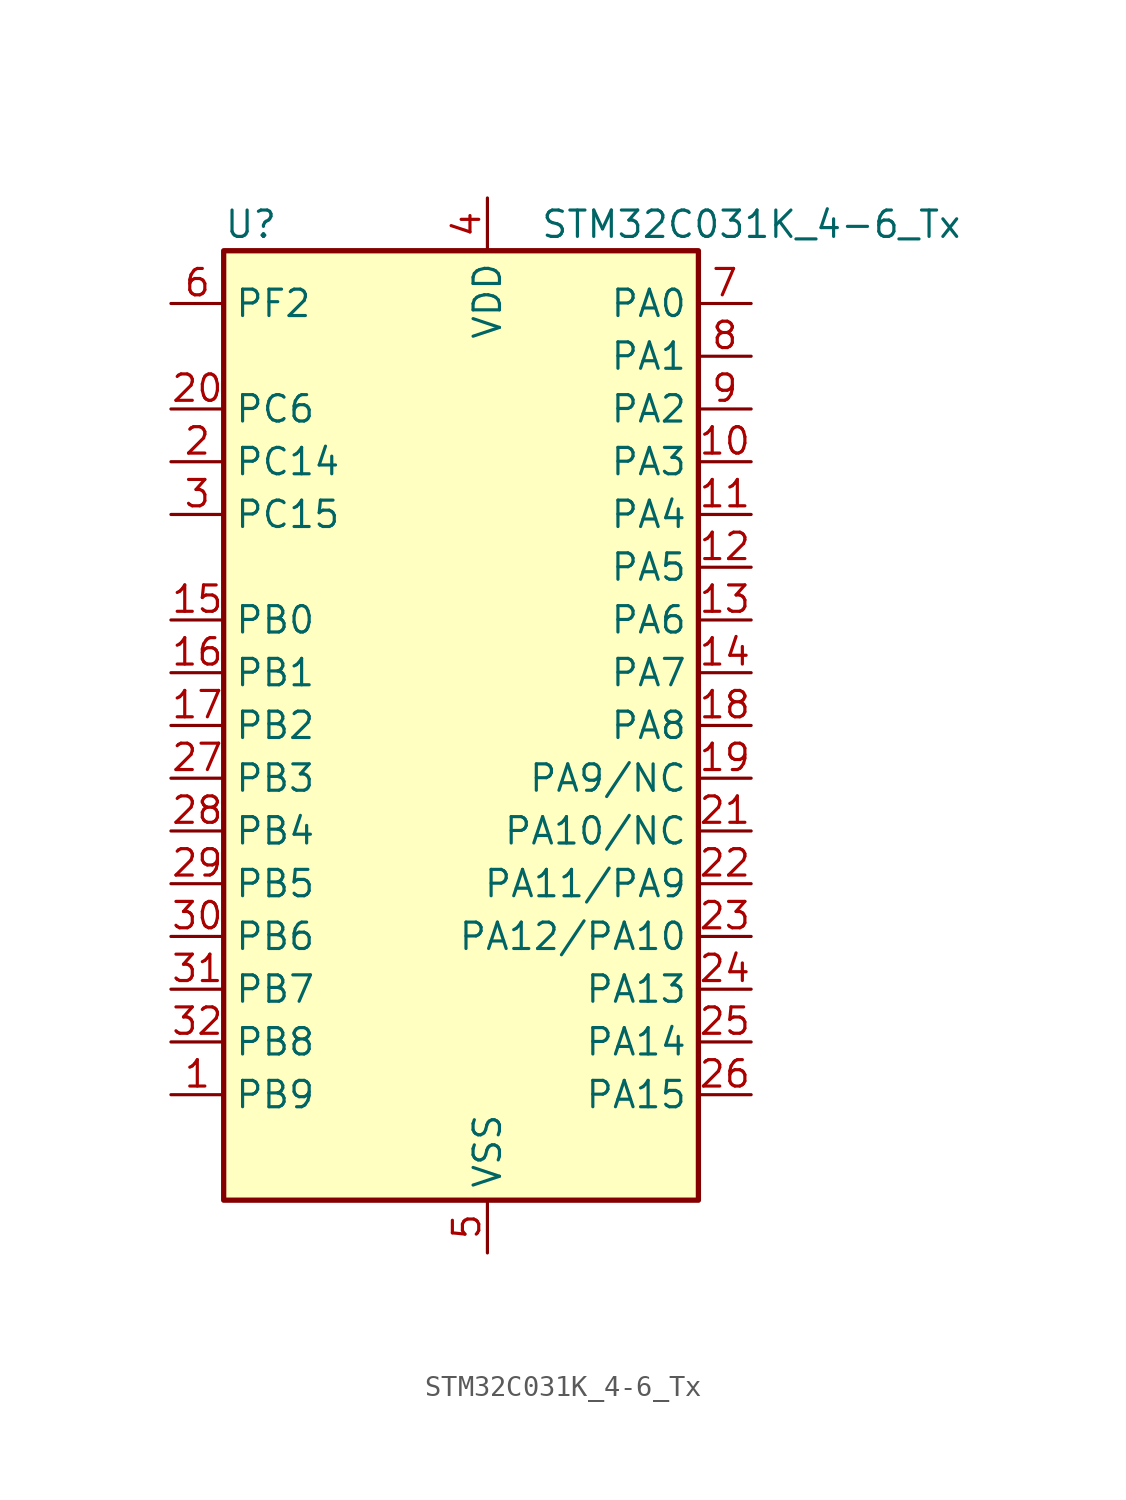
<source format=kicad_sym>
(kicad_symbol_lib
  (version 20231120)
  (generator "kicad_symbol_editor")
  (generator_version "8.0")
  (symbol "STM32C031K_4-6_Tx"
    (property "Reference" "U"
      (at -10.16 24.13 0)
      (effects (font (size 1.27 1.27)) (justify left)))
    (property "Value" "STM32C031K_4-6_Tx"
      (at 5.08 24.13 0)
      (effects (font (size 1.27 1.27)) (justify left)))
    (property "ki_locked" ""
      (at 0 0 0)
      (effects (font (size 1.27 1.27))))
    (symbol "STM32C031K_4-6_Tx_0_1"
      (rectangle (start -10.16 -22.86) (end 12.7 22.86) (stroke (width 0.254) (type default)) (fill (type background))))
    (symbol "STM32C031K_4-6_Tx_1_1"
      (pin bidirectional line (at -12.7 -17.78 0) (length 2.54) (name "PB9" (effects (font (size 1.27 1.27)))) (number "1" (effects (font (size 1.27 1.27)))) (alternate "I2C1_SDA" bidirectional line) (alternate "IR_OUT" bidirectional line) (alternate "TIM17_CH1" bidirectional line) (alternate "TIM3_CH2" bidirectional line) (alternate "USART2_CK" bidirectional line) (alternate "USART2_DE" bidirectional line) (alternate "USART2_RTS" bidirectional line))
      (pin bidirectional line (at 15.24 12.7 180) (length 2.54) (name "PA3" (effects (font (size 1.27 1.27)))) (number "10" (effects (font (size 1.27 1.27)))) (alternate "ADC1_IN3" bidirectional line) (alternate "TIM1_CH1N" bidirectional line) (alternate "TIM1_CH4" bidirectional line) (alternate "USART2_RX" bidirectional line))
      (pin bidirectional line (at 15.24 10.16 180) (length 2.54) (name "PA4" (effects (font (size 1.27 1.27)))) (number "11" (effects (font (size 1.27 1.27)))) (alternate "ADC1_IN4" bidirectional line) (alternate "I2S1_WS" bidirectional line) (alternate "PWR_WKUP2" bidirectional line) (alternate "RTC_OUT1" bidirectional line) (alternate "RTC_TS" bidirectional line) (alternate "SPI1_NSS" bidirectional line) (alternate "TIM14_CH1" bidirectional line) (alternate "TIM17_CH1N" bidirectional line) (alternate "TIM1_CH2N" bidirectional line) (alternate "USART2_TX" bidirectional line))
      (pin bidirectional line (at 15.24 7.62 180) (length 2.54) (name "PA5" (effects (font (size 1.27 1.27)))) (number "12" (effects (font (size 1.27 1.27)))) (alternate "ADC1_IN5" bidirectional line) (alternate "I2S1_CK" bidirectional line) (alternate "SPI1_SCK" bidirectional line) (alternate "TIM1_CH1" bidirectional line) (alternate "TIM1_CH3N" bidirectional line) (alternate "USART2_RX" bidirectional line))
      (pin bidirectional line (at 15.24 5.08 180) (length 2.54) (name "PA6" (effects (font (size 1.27 1.27)))) (number "13" (effects (font (size 1.27 1.27)))) (alternate "ADC1_IN6" bidirectional line) (alternate "I2S1_MCK" bidirectional line) (alternate "SPI1_MISO" bidirectional line) (alternate "TIM16_CH1" bidirectional line) (alternate "TIM1_BKIN" bidirectional line) (alternate "TIM3_CH1" bidirectional line))
      (pin bidirectional line (at 15.24 2.54 180) (length 2.54) (name "PA7" (effects (font (size 1.27 1.27)))) (number "14" (effects (font (size 1.27 1.27)))) (alternate "ADC1_IN7" bidirectional line) (alternate "I2S1_SD" bidirectional line) (alternate "SPI1_MOSI" bidirectional line) (alternate "TIM14_CH1" bidirectional line) (alternate "TIM17_CH1" bidirectional line) (alternate "TIM1_CH1N" bidirectional line) (alternate "TIM3_CH2" bidirectional line))
      (pin bidirectional line (at -12.7 5.08 0) (length 2.54) (name "PB0" (effects (font (size 1.27 1.27)))) (number "15" (effects (font (size 1.27 1.27)))) (alternate "ADC1_IN17" bidirectional line) (alternate "I2S1_WS" bidirectional line) (alternate "SPI1_NSS" bidirectional line) (alternate "TIM1_CH2N" bidirectional line) (alternate "TIM3_CH3" bidirectional line))
      (pin bidirectional line (at -12.7 2.54 0) (length 2.54) (name "PB1" (effects (font (size 1.27 1.27)))) (number "16" (effects (font (size 1.27 1.27)))) (alternate "ADC1_IN18" bidirectional line) (alternate "TIM14_CH1" bidirectional line) (alternate "TIM1_CH2N" bidirectional line) (alternate "TIM1_CH3N" bidirectional line) (alternate "TIM3_CH4" bidirectional line))
      (pin bidirectional line (at -12.7 0 0) (length 2.54) (name "PB2" (effects (font (size 1.27 1.27)))) (number "17" (effects (font (size 1.27 1.27)))) (alternate "ADC1_IN19" bidirectional line) (alternate "RCC_MCO_2" bidirectional line) (alternate "USART1_RX" bidirectional line))
      (pin bidirectional line (at 15.24 0 180) (length 2.54) (name "PA8" (effects (font (size 1.27 1.27)))) (number "18" (effects (font (size 1.27 1.27)))) (alternate "ADC1_IN8" bidirectional line) (alternate "I2S1_WS" bidirectional line) (alternate "RCC_MCO" bidirectional line) (alternate "RCC_MCO_2" bidirectional line) (alternate "SPI1_NSS" bidirectional line) (alternate "TIM14_CH1" bidirectional line) (alternate "TIM1_CH1" bidirectional line) (alternate "TIM1_CH2N" bidirectional line) (alternate "TIM1_CH3N" bidirectional line) (alternate "TIM3_CH3" bidirectional line) (alternate "TIM3_CH4" bidirectional line) (alternate "USART1_RX" bidirectional line) (alternate "USART2_TX" bidirectional line))
      (pin bidirectional line (at 15.24 -2.54 180) (length 2.54) (name "PA9/NC" (effects (font (size 1.27 1.27)))) (number "19" (effects (font (size 1.27 1.27)))) (alternate "I2C1_SCL" bidirectional line) (alternate "RCC_MCO" bidirectional line) (alternate "TIM1_CH2" bidirectional line) (alternate "TIM3_ETR" bidirectional line) (alternate "USART1_TX" bidirectional line))
      (pin bidirectional line (at -12.7 12.7 0) (length 2.54) (name "PC14" (effects (font (size 1.27 1.27)))) (number "2" (effects (font (size 1.27 1.27)))) (alternate "I2C1_SDA" bidirectional line) (alternate "IR_OUT" bidirectional line) (alternate "RCC_OSCX_IN" bidirectional line) (alternate "TIM17_CH1" bidirectional line) (alternate "TIM1_BKIN2" bidirectional line) (alternate "TIM1_ETR" bidirectional line) (alternate "TIM3_CH2" bidirectional line) (alternate "USART1_TX" bidirectional line) (alternate "USART2_CK" bidirectional line) (alternate "USART2_DE" bidirectional line) (alternate "USART2_RTS" bidirectional line))
      (pin bidirectional line (at -12.7 15.24 0) (length 2.54) (name "PC6" (effects (font (size 1.27 1.27)))) (number "20" (effects (font (size 1.27 1.27)))) (alternate "TIM3_CH1" bidirectional line))
      (pin bidirectional line (at 15.24 -5.08 180) (length 2.54) (name "PA10/NC" (effects (font (size 1.27 1.27)))) (number "21" (effects (font (size 1.27 1.27)))) (alternate "I2C1_SDA" bidirectional line) (alternate "RCC_MCO_2" bidirectional line) (alternate "TIM17_BKIN" bidirectional line) (alternate "TIM1_CH3" bidirectional line) (alternate "USART1_RX" bidirectional line))
      (pin bidirectional line (at 15.24 -7.62 180) (length 2.54) (name "PA11/PA9" (effects (font (size 1.27 1.27)))) (number "22" (effects (font (size 1.27 1.27)))) (alternate "ADC1_EXTI11" bidirectional line) (alternate "ADC1_IN11" bidirectional line) (alternate "I2S1_MCK" bidirectional line) (alternate "SPI1_MISO" bidirectional line) (alternate "TIM1_BKIN2" bidirectional line) (alternate "TIM1_CH4" bidirectional line) (alternate "USART1_CTS" bidirectional line) (alternate "USART1_NSS" bidirectional line))
      (pin bidirectional line (at 15.24 -10.16 180) (length 2.54) (name "PA12/PA10" (effects (font (size 1.27 1.27)))) (number "23" (effects (font (size 1.27 1.27)))) (alternate "ADC1_IN12" bidirectional line) (alternate "I2S1_SD" bidirectional line) (alternate "I2S_CKIN" bidirectional line) (alternate "SPI1_MOSI" bidirectional line) (alternate "TIM1_ETR" bidirectional line) (alternate "USART1_CK" bidirectional line) (alternate "USART1_DE" bidirectional line) (alternate "USART1_RTS" bidirectional line))
      (pin bidirectional line (at 15.24 -12.7 180) (length 2.54) (name "PA13" (effects (font (size 1.27 1.27)))) (number "24" (effects (font (size 1.27 1.27)))) (alternate "ADC1_IN13" bidirectional line) (alternate "DEBUG_SWDIO" bidirectional line) (alternate "IR_OUT" bidirectional line) (alternate "TIM3_ETR" bidirectional line) (alternate "USART2_RX" bidirectional line))
      (pin bidirectional line (at 15.24 -15.24 180) (length 2.54) (name "PA14" (effects (font (size 1.27 1.27)))) (number "25" (effects (font (size 1.27 1.27)))) (alternate "ADC1_IN14" bidirectional line) (alternate "DEBUG_SWCLK" bidirectional line) (alternate "I2S1_WS" bidirectional line) (alternate "RCC_MCO_2" bidirectional line) (alternate "SPI1_NSS" bidirectional line) (alternate "TIM1_CH1" bidirectional line) (alternate "USART1_CK" bidirectional line) (alternate "USART1_DE" bidirectional line) (alternate "USART1_RTS" bidirectional line) (alternate "USART2_RX" bidirectional line) (alternate "USART2_TX" bidirectional line))
      (pin bidirectional line (at 15.24 -17.78 180) (length 2.54) (name "PA15" (effects (font (size 1.27 1.27)))) (number "26" (effects (font (size 1.27 1.27)))) (alternate "I2S1_WS" bidirectional line) (alternate "RCC_MCO_2" bidirectional line) (alternate "SPI1_NSS" bidirectional line) (alternate "TIM1_CH1" bidirectional line) (alternate "USART1_CK" bidirectional line) (alternate "USART1_DE" bidirectional line) (alternate "USART1_RTS" bidirectional line) (alternate "USART2_RX" bidirectional line))
      (pin bidirectional line (at -12.7 -2.54 0) (length 2.54) (name "PB3" (effects (font (size 1.27 1.27)))) (number "27" (effects (font (size 1.27 1.27)))) (alternate "I2S1_CK" bidirectional line) (alternate "SPI1_SCK" bidirectional line) (alternate "TIM1_CH2" bidirectional line) (alternate "TIM3_CH2" bidirectional line) (alternate "USART1_CK" bidirectional line) (alternate "USART1_DE" bidirectional line) (alternate "USART1_RTS" bidirectional line))
      (pin bidirectional line (at -12.7 -5.08 0) (length 2.54) (name "PB4" (effects (font (size 1.27 1.27)))) (number "28" (effects (font (size 1.27 1.27)))) (alternate "I2S1_MCK" bidirectional line) (alternate "SPI1_MISO" bidirectional line) (alternate "TIM17_BKIN" bidirectional line) (alternate "TIM3_CH1" bidirectional line) (alternate "USART1_CTS" bidirectional line) (alternate "USART1_NSS" bidirectional line))
      (pin bidirectional line (at -12.7 -7.62 0) (length 2.54) (name "PB5" (effects (font (size 1.27 1.27)))) (number "29" (effects (font (size 1.27 1.27)))) (alternate "I2C1_SMBA" bidirectional line) (alternate "I2S1_SD" bidirectional line) (alternate "PWR_WKUP6" bidirectional line) (alternate "SPI1_MOSI" bidirectional line) (alternate "TIM16_BKIN" bidirectional line) (alternate "TIM3_CH2" bidirectional line) (alternate "TIM3_CH3" bidirectional line))
      (pin bidirectional line (at -12.7 10.16 0) (length 2.54) (name "PC15" (effects (font (size 1.27 1.27)))) (number "3" (effects (font (size 1.27 1.27)))) (alternate "RCC_OSC32_EN" bidirectional line) (alternate "RCC_OSCX_OUT" bidirectional line) (alternate "RCC_OSC_EN" bidirectional line) (alternate "TIM1_ETR" bidirectional line) (alternate "TIM3_CH3" bidirectional line))
      (pin bidirectional line (at -12.7 -10.16 0) (length 2.54) (name "PB6" (effects (font (size 1.27 1.27)))) (number "30" (effects (font (size 1.27 1.27)))) (alternate "I2C1_SCL" bidirectional line) (alternate "I2C1_SMBA" bidirectional line) (alternate "I2S1_CK" bidirectional line) (alternate "I2S1_MCK" bidirectional line) (alternate "I2S1_SD" bidirectional line) (alternate "PWR_WKUP3" bidirectional line) (alternate "SPI1_MISO" bidirectional line) (alternate "SPI1_MOSI" bidirectional line) (alternate "SPI1_SCK" bidirectional line) (alternate "TIM16_BKIN" bidirectional line) (alternate "TIM16_CH1N" bidirectional line) (alternate "TIM17_BKIN" bidirectional line) (alternate "TIM1_CH2" bidirectional line) (alternate "TIM1_CH3" bidirectional line) (alternate "TIM3_CH1" bidirectional line) (alternate "TIM3_CH2" bidirectional line) (alternate "TIM3_CH3" bidirectional line) (alternate "USART1_CK" bidirectional line) (alternate "USART1_CTS" bidirectional line) (alternate "USART1_DE" bidirectional line) (alternate "USART1_NSS" bidirectional line) (alternate "USART1_RTS" bidirectional line) (alternate "USART1_TX" bidirectional line))
      (pin bidirectional line (at -12.7 -12.7 0) (length 2.54) (name "PB7" (effects (font (size 1.27 1.27)))) (number "31" (effects (font (size 1.27 1.27)))) (alternate "I2C1_SCL" bidirectional line) (alternate "I2C1_SDA" bidirectional line) (alternate "RTC_REFIN" bidirectional line) (alternate "TIM16_CH1" bidirectional line) (alternate "TIM17_CH1N" bidirectional line) (alternate "TIM1_CH4" bidirectional line) (alternate "TIM3_CH1" bidirectional line) (alternate "TIM3_CH4" bidirectional line) (alternate "USART1_RX" bidirectional line) (alternate "USART2_CTS" bidirectional line) (alternate "USART2_NSS" bidirectional line))
      (pin bidirectional line (at -12.7 -15.24 0) (length 2.54) (name "PB8" (effects (font (size 1.27 1.27)))) (number "32" (effects (font (size 1.27 1.27)))) (alternate "I2C1_SCL" bidirectional line) (alternate "TIM16_CH1" bidirectional line) (alternate "TIM3_CH1" bidirectional line) (alternate "USART2_CTS" bidirectional line) (alternate "USART2_NSS" bidirectional line))
      (pin power_in line (at 2.54 25.4 270) (length 2.54) (name "VDD" (effects (font (size 1.27 1.27)))) (number "4" (effects (font (size 1.27 1.27)))))
      (pin power_in line (at 2.54 -25.4 90) (length 2.54) (name "VSS" (effects (font (size 1.27 1.27)))) (number "5" (effects (font (size 1.27 1.27)))))
      (pin bidirectional line (at -12.7 20.32 0) (length 2.54) (name "PF2" (effects (font (size 1.27 1.27)))) (number "6" (effects (font (size 1.27 1.27)))) (alternate "RCC_MCO" bidirectional line) (alternate "TIM1_CH4" bidirectional line))
      (pin bidirectional line (at 15.24 20.32 180) (length 2.54) (name "PA0" (effects (font (size 1.27 1.27)))) (number "7" (effects (font (size 1.27 1.27)))) (alternate "ADC1_IN0" bidirectional line) (alternate "PWR_WKUP1" bidirectional line) (alternate "TIM16_CH1" bidirectional line) (alternate "TIM1_CH1" bidirectional line) (alternate "USART1_TX" bidirectional line) (alternate "USART2_CTS" bidirectional line) (alternate "USART2_NSS" bidirectional line))
      (pin bidirectional line (at 15.24 17.78 180) (length 2.54) (name "PA1" (effects (font (size 1.27 1.27)))) (number "8" (effects (font (size 1.27 1.27)))) (alternate "ADC1_IN1" bidirectional line) (alternate "I2C1_SMBA" bidirectional line) (alternate "I2S1_CK" bidirectional line) (alternate "SPI1_SCK" bidirectional line) (alternate "TIM17_CH1" bidirectional line) (alternate "TIM1_CH2" bidirectional line) (alternate "USART1_RX" bidirectional line) (alternate "USART2_CK" bidirectional line) (alternate "USART2_DE" bidirectional line) (alternate "USART2_RTS" bidirectional line))
      (pin bidirectional line (at 15.24 15.24 180) (length 2.54) (name "PA2" (effects (font (size 1.27 1.27)))) (number "9" (effects (font (size 1.27 1.27)))) (alternate "ADC1_IN2" bidirectional line) (alternate "I2S1_SD" bidirectional line) (alternate "PWR_WKUP4" bidirectional line) (alternate "RCC_LSCO" bidirectional line) (alternate "SPI1_MOSI" bidirectional line) (alternate "TIM16_CH1N" bidirectional line) (alternate "TIM1_CH3" bidirectional line) (alternate "TIM3_ETR" bidirectional line) (alternate "USART2_TX" bidirectional line)))))
</source>
